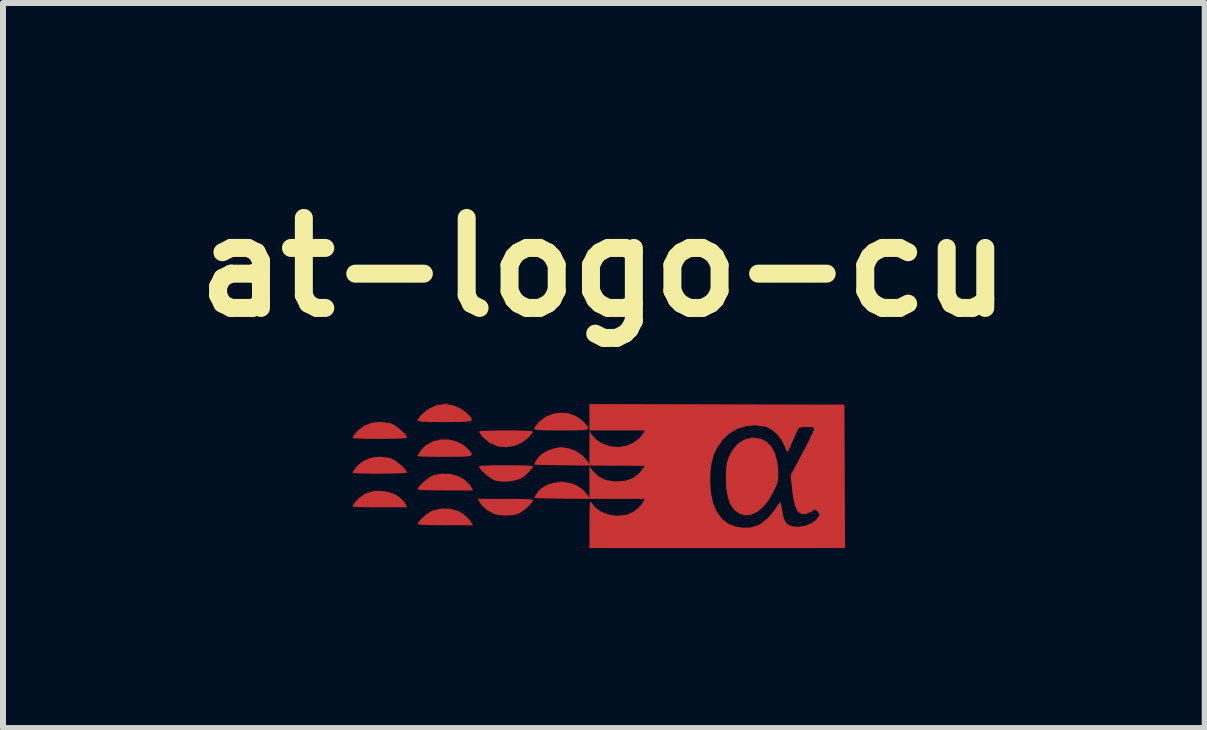
<source format=kicad_pcb>
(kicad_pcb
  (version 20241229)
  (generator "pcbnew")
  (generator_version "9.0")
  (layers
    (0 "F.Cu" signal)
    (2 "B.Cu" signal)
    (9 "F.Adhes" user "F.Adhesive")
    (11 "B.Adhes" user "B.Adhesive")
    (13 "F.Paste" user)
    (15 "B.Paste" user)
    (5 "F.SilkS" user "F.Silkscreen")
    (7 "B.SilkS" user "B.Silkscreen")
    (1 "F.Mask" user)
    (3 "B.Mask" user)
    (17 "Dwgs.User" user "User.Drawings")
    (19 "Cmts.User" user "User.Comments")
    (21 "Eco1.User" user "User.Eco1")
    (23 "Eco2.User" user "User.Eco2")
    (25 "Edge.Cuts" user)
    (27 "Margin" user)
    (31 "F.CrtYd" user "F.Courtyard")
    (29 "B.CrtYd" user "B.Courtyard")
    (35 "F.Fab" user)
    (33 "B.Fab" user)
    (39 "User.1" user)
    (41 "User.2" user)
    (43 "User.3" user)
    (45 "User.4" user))
  (footprint "at-logo-cu"
    (layer "F.Cu")
    (at 7.014 3.304)
    (property "Reference" "at-logo-cu" (at 0 -1.9 0) (layer "F.SilkS") (effects (font (size 1.5 1.5) (thickness 0.3))))
    (attr board_only exclude_from_pos_files exclude_from_bom)
    (fp_poly (pts (xy -2.567 2.125) (xy -2.441 2.158) (xy -2.331 2.218) (xy -2.245 2.302) (xy -2.233 2.319) (xy -2.179 2.4) (xy -2.64 2.4) (xy -2.806 2.399) (xy -2.936 2.397) (xy -3.029 2.392) (xy -3.084 2.386) (xy -3.1 2.38) (xy -3.084 2.342) (xy -3.043 2.293) (xy -2.985 2.24) (xy -2.92 2.192) (xy -2.857 2.157) (xy -2.836 2.149) (xy -2.702 2.121)) (stroke (width 0) (type solid)) (fill yes) (layer "F.Cu"))
    (fp_poly (pts (xy -2.552 1.547) (xy -2.426 1.582) (xy -2.317 1.644) (xy -2.233 1.728) (xy -2.214 1.758) (xy -2.178 1.82) (xy -2.639 1.82) (xy -2.8 1.819) (xy -2.923 1.817) (xy -3.012 1.814) (xy -3.069 1.809) (xy -3.096 1.802) (xy -3.1 1.797) (xy -3.085 1.763) (xy -3.044 1.717) (xy -2.989 1.665) (xy -2.927 1.616) (xy -2.868 1.579) (xy -2.83 1.562) (xy -2.69 1.54)) (stroke (width 0) (type solid)) (fill yes) (layer "F.Cu"))
    (fp_poly (pts (xy -3.608 1.841) (xy -3.493 1.88) (xy -3.396 1.939) (xy -3.324 2.016) (xy -3.31 2.04) (xy -3.279 2.1) (xy -3.74 2.1) (xy -3.887 2.1) (xy -3.999 2.099) (xy -4.08 2.097) (xy -4.135 2.094) (xy -4.167 2.09) (xy -4.183 2.083) (xy -4.186 2.074) (xy -4.182 2.065) (xy -4.138 2.005) (xy -4.073 1.942) (xy -4.002 1.889) (xy -3.97 1.871) (xy -3.855 1.835) (xy -3.732 1.825)) (stroke (width 0) (type solid)) (fill yes) (layer "F.Cu"))
    (fp_poly (pts (xy -1.48 1.961) (xy -1.357 1.963) (xy -1.268 1.966) (xy -1.211 1.971) (xy -1.184 1.978) (xy -1.18 1.983) (xy -1.195 2.017) (xy -1.236 2.063) (xy -1.291 2.115) (xy -1.353 2.164) (xy -1.412 2.201) (xy -1.45 2.218) (xy -1.542 2.234) (xy -1.646 2.238) (xy -1.746 2.231) (xy -1.827 2.213) (xy -1.839 2.208) (xy -1.946 2.148) (xy -2.031 2.072) (xy -2.066 2.022) (xy -2.102 1.96) (xy -1.641 1.96)) (stroke (width 0) (type solid)) (fill yes) (layer "F.Cu"))
    (fp_poly (pts (xy -3.583 1.276) (xy -3.552 1.284) (xy -3.503 1.308) (xy -3.443 1.348) (xy -3.381 1.398) (xy -3.327 1.449) (xy -3.291 1.493) (xy -3.28 1.519) (xy -3.3 1.527) (xy -3.359 1.533) (xy -3.458 1.537) (xy -3.597 1.539) (xy -3.741 1.54) (xy -3.894 1.54) (xy -4.01 1.538) (xy -4.094 1.535) (xy -4.149 1.531) (xy -4.179 1.526) (xy -4.189 1.518) (xy -4.188 1.515) (xy -4.104 1.404) (xy -3.996 1.323) (xy -3.87 1.273) (xy -3.73 1.257)) (stroke (width 0) (type solid)) (fill yes) (layer "F.Cu"))
    (fp_poly (pts (xy -3.577 0.696) (xy -3.55 0.702) (xy -3.5 0.725) (xy -3.44 0.766) (xy -3.379 0.816) (xy -3.326 0.867) (xy -3.29 0.912) (xy -3.28 0.937) (xy -3.293 0.945) (xy -3.334 0.951) (xy -3.405 0.956) (xy -3.51 0.958) (xy -3.651 0.96) (xy -3.741 0.96) (xy -3.894 0.96) (xy -4.01 0.958) (xy -4.094 0.955) (xy -4.149 0.951) (xy -4.179 0.946) (xy -4.189 0.938) (xy -4.188 0.935) (xy -4.104 0.824) (xy -3.996 0.743) (xy -3.869 0.693) (xy -3.727 0.677)) (stroke (width 0) (type solid)) (fill yes) (layer "F.Cu"))
    (fp_poly (pts (xy -2.581 0.972) (xy -2.453 1.004) (xy -2.338 1.063) (xy -2.261 1.132) (xy -2.227 1.171) (xy -2.206 1.202) (xy -2.201 1.224) (xy -2.215 1.24) (xy -2.253 1.25) (xy -2.317 1.256) (xy -2.412 1.259) (xy -2.541 1.26) (xy -2.65 1.26) (xy -2.779 1.26) (xy -2.894 1.258) (xy -2.989 1.256) (xy -3.058 1.254) (xy -3.095 1.251) (xy -3.1 1.249) (xy -3.086 1.206) (xy -3.049 1.151) (xy -2.999 1.095) (xy -2.958 1.061) (xy -2.843 1) (xy -2.714 0.971)) (stroke (width 0) (type solid)) (fill yes) (layer "F.Cu"))
    (fp_poly (pts (xy -1.465 0.821) (xy -1.337 0.824) (xy -1.246 0.828) (xy -1.194 0.834) (xy -1.18 0.841) (xy -1.193 0.864) (xy -1.228 0.906) (xy -1.268 0.949) (xy -1.371 1.027) (xy -1.494 1.078) (xy -1.625 1.099) (xy -1.753 1.089) (xy -1.78 1.081) (xy -1.91 1.022) (xy -2.017 0.931) (xy -2.017 0.93) (xy -2.054 0.884) (xy -2.077 0.849) (xy -2.08 0.839) (xy -2.061 0.833) (xy -2.004 0.828) (xy -1.915 0.824) (xy -1.795 0.821) (xy -1.648 0.82) (xy -1.63 0.82)) (stroke (width 0) (type solid)) (fill yes) (layer "F.Cu"))
    (fp_poly (pts (xy -0.582 0.537) (xy -0.459 0.583) (xy -0.352 0.659) (xy -0.323 0.69) (xy -0.289 0.73) (xy -0.267 0.761) (xy -0.261 0.784) (xy -0.275 0.8) (xy -0.312 0.81) (xy -0.376 0.816) (xy -0.47 0.819) (xy -0.599 0.82) (xy -0.71 0.82) (xy -0.857 0.82) (xy -0.969 0.819) (xy -1.05 0.816) (xy -1.105 0.813) (xy -1.138 0.807) (xy -1.155 0.8) (xy -1.16 0.79) (xy -1.16 0.789) (xy -1.147 0.76) (xy -1.112 0.714) (xy -1.072 0.67) (xy -0.964 0.59) (xy -0.842 0.541) (xy -0.712 0.523)) (stroke (width 0) (type solid)) (fill yes) (layer "F.Cu"))
    (fp_poly (pts (xy -2.525 0.397) (xy -2.403 0.445) (xy -2.299 0.517) (xy -2.285 0.53) (xy -2.24 0.575) (xy -2.21 0.611) (xy -2.199 0.637) (xy -2.209 0.656) (xy -2.243 0.668) (xy -2.305 0.675) (xy -2.399 0.679) (xy -2.527 0.68) (xy -2.65 0.68) (xy -2.797 0.68) (xy -2.909 0.679) (xy -2.99 0.676) (xy -3.045 0.673) (xy -3.078 0.667) (xy -3.095 0.66) (xy -3.1 0.65) (xy -3.1 0.649) (xy -3.087 0.62) (xy -3.052 0.574) (xy -3.012 0.531) (xy -2.907 0.452) (xy -2.783 0.399) (xy -2.653 0.38) (xy -2.65 0.38)) (stroke (width 0) (type solid)) (fill yes) (layer "F.Cu"))
    (fp_poly (pts (xy -1.501 1.401) (xy -1.386 1.402) (xy -1.291 1.405) (xy -1.222 1.409) (xy -1.185 1.413) (xy -1.18 1.415) (xy -1.195 1.448) (xy -1.232 1.495) (xy -1.284 1.547) (xy -1.34 1.593) (xy -1.387 1.624) (xy -1.474 1.653) (xy -1.582 1.67) (xy -1.695 1.673) (xy -1.796 1.66) (xy -1.808 1.656) (xy -1.857 1.634) (xy -1.917 1.594) (xy -1.978 1.545) (xy -2.032 1.494) (xy -2.069 1.45) (xy -2.08 1.424) (xy -2.069 1.415) (xy -2.033 1.409) (xy -1.968 1.405) (xy -1.873 1.402) (xy -1.743 1.4) (xy -1.63 1.4)) (stroke (width 0) (type solid)) (fill yes) (layer "F.Cu"))
    (fp_poly (pts (xy 2.614 0.958) (xy 2.715 1.009) (xy 2.795 1.093) (xy 2.855 1.209) (xy 2.893 1.354) (xy 2.907 1.516) (xy 2.907 1.597) (xy 2.9 1.66) (xy 2.883 1.719) (xy 2.852 1.792) (xy 2.836 1.825) (xy 2.753 1.973) (xy 2.662 2.089) (xy 2.565 2.173) (xy 2.464 2.222) (xy 2.363 2.235) (xy 2.269 2.212) (xy 2.181 2.153) (xy 2.113 2.062) (xy 2.067 1.939) (xy 2.04 1.781) (xy 2.033 1.61) (xy 2.035 1.499) (xy 2.042 1.416) (xy 2.054 1.349) (xy 2.075 1.285) (xy 2.079 1.273) (xy 2.146 1.142) (xy 2.234 1.041) (xy 2.337 0.974) (xy 2.455 0.943) (xy 2.496 0.94)) (stroke (width 0) (type solid)) (fill yes) (layer "F.Cu"))
    (fp_poly (pts (xy 1.885 0.385) (xy 4.01 0.39) (xy 4.015 1.585) (xy 4.02 2.78) (xy 1.89 2.78) (xy -0.24 2.78) (xy -0.239 2.375) (xy -0.239 2.234) (xy -0.237 2.129) (xy -0.234 2.058) (xy -0.229 2.018) (xy -0.223 2.004) (xy -0.217 2.01) (xy -0.143 2.104) (xy -0.042 2.176) (xy 0.078 2.222) (xy 0.211 2.242) (xy 0.347 2.231) (xy 0.402 2.217) (xy 0.487 2.178) (xy 0.57 2.116) (xy 0.634 2.046) (xy 0.651 2.018) (xy 0.681 1.96) (xy -0.239 1.96) (xy -0.427 1.96) (xy -0.602 1.959) (xy -0.76 1.957) (xy -0.897 1.955) (xy -1.01 1.952) (xy -1.094 1.949) (xy -1.145 1.946) (xy -1.16 1.943) (xy -1.148 1.915) (xy -1.118 1.871) (xy -1.08 1.824) (xy -1.043 1.786) (xy -1.04 1.784) (xy -0.943 1.725) (xy -0.824 1.69) (xy -0.695 1.679) (xy -0.566 1.695) (xy -0.466 1.729) (xy -0.36 1.797) (xy -0.301 1.862) (xy -0.24 1.946) (xy -0.24 1.68) (xy -0.24 1.414) (xy -0.182 1.494) (xy -0.096 1.582) (xy 0.013 1.639) (xy 0.148 1.667) (xy 0.22 1.67) (xy 0.325 1.66) (xy 1.772 1.66) (xy 1.785 1.862) (xy 1.823 2.036) (xy 1.886 2.181) (xy 1.973 2.296) (xy 2.071 2.372) (xy 2.189 2.421) (xy 2.318 2.442) (xy 2.448 2.436) (xy 2.567 2.401) (xy 2.621 2.372) (xy 2.748 2.266) (xy 2.855 2.133) (xy 2.873 2.105) (xy 2.905 2.056) (xy 2.931 2.025) (xy 2.94 2.02) (xy 2.95 2.038) (xy 2.962 2.085) (xy 2.97 2.135) (xy 2.99 2.252) (xy 3.021 2.334) (xy 3.066 2.387) (xy 3.132 2.416) (xy 3.222 2.425) (xy 3.244 2.425) (xy 3.353 2.41) (xy 3.455 2.369) (xy 3.538 2.31) (xy 3.573 2.268) (xy 3.594 2.23) (xy 3.589 2.203) (xy 3.565 2.176) (xy 3.523 2.135) (xy 3.452 2.179) (xy 3.371 2.212) (xy 3.316 2.216) (xy 3.264 2.198) (xy 3.221 2.154) (xy 3.188 2.079) (xy 3.161 1.971) (xy 3.14 1.827) (xy 3.137 1.797) (xy 3.113 1.565) (xy 3.307 1.205) (xy 3.365 1.094) (xy 3.417 0.992) (xy 3.458 0.907) (xy 3.487 0.842) (xy 3.5 0.806) (xy 3.5 0.803) (xy 3.496 0.779) (xy 3.479 0.766) (xy 3.438 0.761) (xy 3.382 0.76) (xy 3.308 0.764) (xy 3.259 0.776) (xy 3.246 0.785) (xy 3.23 0.813) (xy 3.204 0.869) (xy 3.171 0.944) (xy 3.149 0.995) (xy 3.115 1.072) (xy 3.086 1.134) (xy 3.066 1.172) (xy 3.059 1.18) (xy 3.047 1.163) (xy 3.027 1.119) (xy 3.01 1.075) (xy 2.96 0.977) (xy 2.887 0.885) (xy 2.801 0.811) (xy 2.713 0.764) (xy 2.697 0.759) (xy 2.538 0.735) (xy 2.38 0.747) (xy 2.229 0.793) (xy 2.093 0.871) (xy 1.979 0.978) (xy 1.975 0.984) (xy 1.891 1.104) (xy 1.831 1.231) (xy 1.793 1.373) (xy 1.775 1.539) (xy 1.772 1.66) (xy 0.325 1.66) (xy 0.366 1.656) (xy 0.486 1.613) (xy 0.583 1.541) (xy 0.623 1.492) (xy 0.683 1.41) (xy -0.239 1.405) (xy -0.426 1.404) (xy -0.601 1.402) (xy -0.759 1.4) (xy -0.896 1.398) (xy -1.009 1.396) (xy -1.093 1.393) (xy -1.145 1.391) (xy -1.16 1.389) (xy -1.146 1.348) (xy -1.112 1.295) (xy -1.066 1.241) (xy -1.031 1.209) (xy -0.944 1.159) (xy -0.84 1.121) (xy -0.737 1.101) (xy -0.71 1.1) (xy -0.585 1.117) (xy -0.465 1.163) (xy -0.36 1.234) (xy -0.281 1.322) (xy -0.277 1.329) (xy -0.24 1.39) (xy -0.24 1.11) (xy -0.239 0.83) (xy -0.199 0.893) (xy -0.124 0.975) (xy -0.021 1.041) (xy 0.1 1.083) (xy 0.107 1.084) (xy 0.241 1.096) (xy 0.371 1.076) (xy 0.49 1.027) (xy 0.589 0.954) (xy 0.644 0.885) (xy 0.684 0.82) (xy 0.222 0.82) (xy -0.24 0.82) (xy -0.24 0.6) (xy -0.24 0.38)) (stroke (width 0) (type solid)) (fill yes) (layer "F.Cu")))
  (gr_rect
    (start -3 -3)
    (end 17.029 9.084)
    (stroke (width 0.1) (type default))
    (fill no)
    (layer "Edge.Cuts")))
</source>
